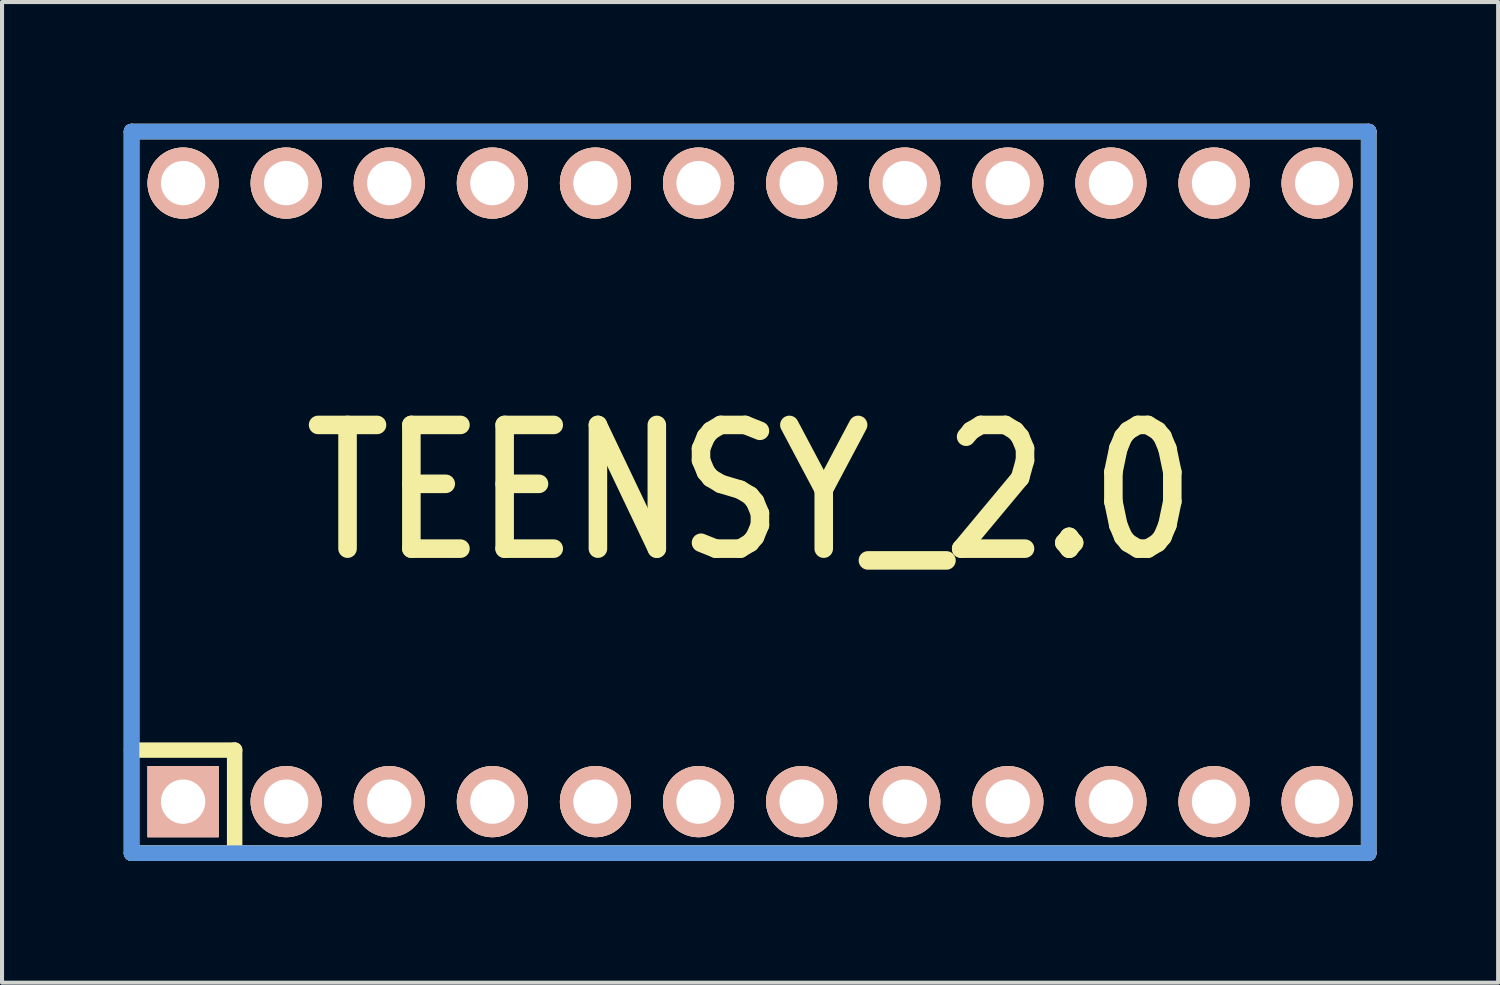
<source format=kicad_pcb>
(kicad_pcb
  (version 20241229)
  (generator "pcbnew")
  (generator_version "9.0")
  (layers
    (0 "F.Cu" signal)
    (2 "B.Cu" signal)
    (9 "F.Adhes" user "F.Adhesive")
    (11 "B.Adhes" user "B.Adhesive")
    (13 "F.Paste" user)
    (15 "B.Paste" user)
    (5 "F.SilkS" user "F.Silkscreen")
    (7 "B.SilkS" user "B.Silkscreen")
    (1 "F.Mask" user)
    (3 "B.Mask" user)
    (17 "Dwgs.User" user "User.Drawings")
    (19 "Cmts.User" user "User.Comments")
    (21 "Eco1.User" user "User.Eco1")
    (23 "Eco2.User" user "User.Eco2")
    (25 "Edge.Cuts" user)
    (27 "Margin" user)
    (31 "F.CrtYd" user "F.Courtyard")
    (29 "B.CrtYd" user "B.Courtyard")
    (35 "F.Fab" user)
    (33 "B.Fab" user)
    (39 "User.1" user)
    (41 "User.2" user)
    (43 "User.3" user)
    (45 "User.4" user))
  (footprint "TEENSY_2.0"
    (layer "F.Cu")
    (at 15.431 9.081)
    (property "Reference" "TEENSY_2.0" (at 0 0 0) (layer "F.SilkS") (effects (font (size 3.048 2.54) (thickness 0.457))))
    (attr through_hole)
    (fp_line (start -15.24 -8.89) (end -15.24 8.89) (stroke (width 0.381) (type solid)) (layer "F.SilkS"))
    (fp_line (start -15.24 6.35) (end -12.7 6.35) (stroke (width 0.381) (type solid)) (layer "F.SilkS"))
    (fp_line (start -15.24 8.89) (end 15.24 8.89) (stroke (width 0.381) (type solid)) (layer "F.SilkS"))
    (fp_line (start -12.7 6.35) (end -12.7 8.89) (stroke (width 0.381) (type solid)) (layer "F.SilkS"))
    (fp_line (start 15.24 -8.89) (end -15.24 -8.89) (stroke (width 0.381) (type solid)) (layer "F.SilkS"))
    (fp_line (start 15.24 8.89) (end 15.24 -8.89) (stroke (width 0.381) (type solid)) (layer "F.SilkS"))
    (fp_line (start -15.24 -8.89) (end -15.24 8.89) (stroke (width 0.381) (type solid)) (layer "Dwgs.User"))
    (fp_line (start -15.24 8.89) (end 15.24 8.89) (stroke (width 0.381) (type solid)) (layer "Dwgs.User"))
    (fp_line (start 0 0) (end 0 0) (stroke (width 0.025) (type solid)) (layer "Dwgs.User"))
    (fp_line (start 15.24 -8.89) (end -15.24 -8.89) (stroke (width 0.381) (type solid)) (layer "Dwgs.User"))
    (fp_line (start 15.24 8.89) (end 15.24 -8.89) (stroke (width 0.381) (type solid)) (layer "Dwgs.User"))
    (fp_line (start -15.24 -8.89) (end -15.24 8.89) (stroke (width 0.381) (type solid)) (layer "Cmts.User"))
    (fp_line (start -15.24 8.89) (end 15.24 8.89) (stroke (width 0.381) (type solid)) (layer "Cmts.User"))
    (fp_line (start 15.24 -8.89) (end -15.24 -8.89) (stroke (width 0.381) (type solid)) (layer "Cmts.User"))
    (fp_line (start 15.24 8.89) (end 15.24 -8.89) (stroke (width 0.381) (type solid)) (layer "Cmts.User"))
    (pad "1" thru_hole rect (at -13.97 7.62) (size 1.753 1.753) (drill 1.092) (layers "*.Cu" "*.SilkS" "*.Mask"))
    (pad "2" thru_hole circle (at -11.43 7.62) (size 1.753 1.753) (drill 1.092) (layers "*.Cu" "*.SilkS" "*.Mask"))
    (pad "3" thru_hole circle (at -8.89 7.62) (size 1.753 1.753) (drill 1.092) (layers "*.Cu" "*.SilkS" "*.Mask"))
    (pad "4" thru_hole circle (at -6.35 7.62) (size 1.753 1.753) (drill 1.092) (layers "*.Cu" "*.SilkS" "*.Mask"))
    (pad "5" thru_hole circle (at -3.81 7.62) (size 1.753 1.753) (drill 1.092) (layers "*.Cu" "*.SilkS" "*.Mask"))
    (pad "6" thru_hole circle (at -1.27 7.62) (size 1.753 1.753) (drill 1.092) (layers "*.Cu" "*.SilkS" "*.Mask"))
    (pad "7" thru_hole circle (at 1.27 7.62) (size 1.753 1.753) (drill 1.092) (layers "*.Cu" "*.SilkS" "*.Mask"))
    (pad "8" thru_hole circle (at 3.81 7.62) (size 1.753 1.753) (drill 1.092) (layers "*.Cu" "*.SilkS" "*.Mask"))
    (pad "9" thru_hole circle (at 6.35 7.62) (size 1.753 1.753) (drill 1.092) (layers "*.Cu" "*.SilkS" "*.Mask"))
    (pad "10" thru_hole circle (at 8.89 7.62) (size 1.753 1.753) (drill 1.092) (layers "*.Cu" "*.SilkS" "*.Mask"))
    (pad "11" thru_hole circle (at 11.43 7.62) (size 1.753 1.753) (drill 1.092) (layers "*.Cu" "*.SilkS" "*.Mask"))
    (pad "12" thru_hole circle (at 13.97 7.62) (size 1.753 1.753) (drill 1.092) (layers "*.Cu" "*.SilkS" "*.Mask"))
    (pad "18" thru_hole circle (at 13.97 -7.62) (size 1.753 1.753) (drill 1.09) (layers "*.Cu" "*.SilkS" "*.Mask"))
    (pad "19" thru_hole circle (at 11.43 -7.62) (size 1.753 1.753) (drill 1.092) (layers "*.Cu" "*.SilkS" "*.Mask"))
    (pad "20" thru_hole circle (at 8.89 -7.62) (size 1.753 1.753) (drill 1.092) (layers "*.Cu" "*.SilkS" "*.Mask"))
    (pad "21" thru_hole circle (at 6.35 -7.62) (size 1.753 1.753) (drill 1.092) (layers "*.Cu" "*.SilkS" "*.Mask"))
    (pad "22" thru_hole circle (at 3.81 -7.62) (size 1.753 1.753) (drill 1.092) (layers "*.Cu" "*.SilkS" "*.Mask"))
    (pad "23" thru_hole circle (at 1.27 -7.62) (size 1.753 1.753) (drill 1.092) (layers "*.Cu" "*.SilkS" "*.Mask"))
    (pad "24" thru_hole circle (at -1.27 -7.62) (size 1.753 1.753) (drill 1.092) (layers "*.Cu" "*.SilkS" "*.Mask"))
    (pad "25" thru_hole circle (at -3.81 -7.62) (size 1.753 1.753) (drill 1.092) (layers "*.Cu" "*.SilkS" "*.Mask"))
    (pad "26" thru_hole circle (at -6.35 -7.62) (size 1.753 1.753) (drill 1.092) (layers "*.Cu" "*.SilkS" "*.Mask"))
    (pad "27" thru_hole circle (at -8.89 -7.62) (size 1.753 1.753) (drill 1.092) (layers "*.Cu" "*.SilkS" "*.Mask"))
    (pad "28" thru_hole circle (at -11.43 -7.62) (size 1.753 1.753) (drill 1.092) (layers "*.Cu" "*.SilkS" "*.Mask"))
    (pad "29" thru_hole circle (at -13.97 -7.62) (size 1.753 1.753) (drill 1.092) (layers "*.Cu" "*.SilkS" "*.Mask")))
  (gr_rect
    (start -3 -3)
    (end 33.861 21.161)
    (stroke (width 0.1) (type default))
    (fill no)
    (layer "Edge.Cuts")))
</source>
